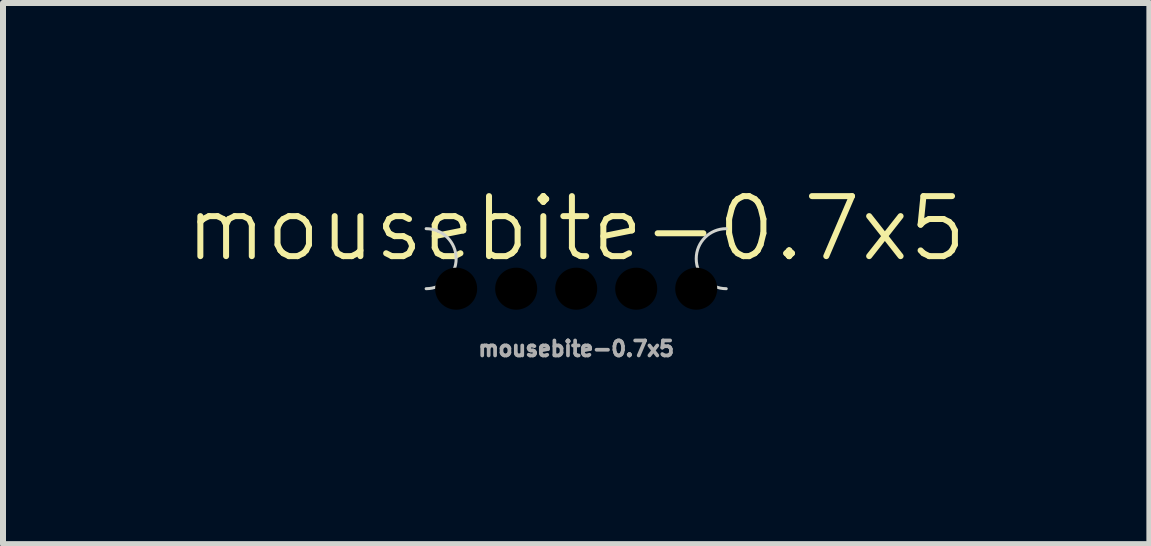
<source format=kicad_pcb>
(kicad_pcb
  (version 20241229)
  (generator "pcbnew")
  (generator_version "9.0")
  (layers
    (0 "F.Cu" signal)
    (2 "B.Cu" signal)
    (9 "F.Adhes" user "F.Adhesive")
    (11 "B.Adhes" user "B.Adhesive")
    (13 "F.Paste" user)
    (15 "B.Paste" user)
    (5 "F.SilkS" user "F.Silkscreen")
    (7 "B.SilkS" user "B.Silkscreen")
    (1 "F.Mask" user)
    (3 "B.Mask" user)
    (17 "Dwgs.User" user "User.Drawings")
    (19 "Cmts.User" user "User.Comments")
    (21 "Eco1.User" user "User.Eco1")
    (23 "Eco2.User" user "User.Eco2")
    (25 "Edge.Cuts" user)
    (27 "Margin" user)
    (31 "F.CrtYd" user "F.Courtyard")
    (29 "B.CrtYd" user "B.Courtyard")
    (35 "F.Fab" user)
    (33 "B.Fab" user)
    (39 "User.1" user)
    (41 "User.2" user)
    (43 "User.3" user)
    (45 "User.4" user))
  (footprint "mousebite-0.7x5"
    (layer "F.Cu")
    (at 6.55 1.76)
    (property "Reference" "mousebite-0.7x5" (at 0 -1 0) (unlocked yes) (layer "F.SilkS") (effects (font (size 1 1) (thickness 0.1))))
    (attr through_hole)
    (fp_arc (start -2.5 -1) (mid -2 -0.5) (end -2.5 0) (stroke (width 0.05) (type default)) (layer "Edge.Cuts"))
    (fp_arc (start 2.5 0) (mid 2 -0.5) (end 2.5 -1) (stroke (width 0.05) (type default)) (layer "Edge.Cuts"))
    (fp_text user "${REFERENCE}" (at 0 1 0) (unlocked yes) (layer "F.Fab") (effects (font (size 0.25 0.25) (thickness 0.062))))
    (pad "" np_thru_hole circle (at -2 0 180) (size 0.8 0.8) (drill 0.7) (layers "*.Mask"))
    (pad "" np_thru_hole circle (at -1 0 180) (size 0.8 0.8) (drill 0.7) (layers "*.Mask"))
    (pad "" np_thru_hole circle (at 0 0 180) (size 0.8 0.8) (drill 0.7) (layers "*.Mask"))
    (pad "" np_thru_hole circle (at 1 0 180) (size 0.8 0.8) (drill 0.7) (layers "*.Mask"))
    (pad "" np_thru_hole circle (at 2 0 180) (size 0.8 0.8) (drill 0.7) (layers "*.Mask")))
  (gr_rect
    (start -3 -3)
    (end 16.1 6.016)
    (stroke (width 0.1) (type default))
    (fill no)
    (layer "Edge.Cuts")))
</source>
